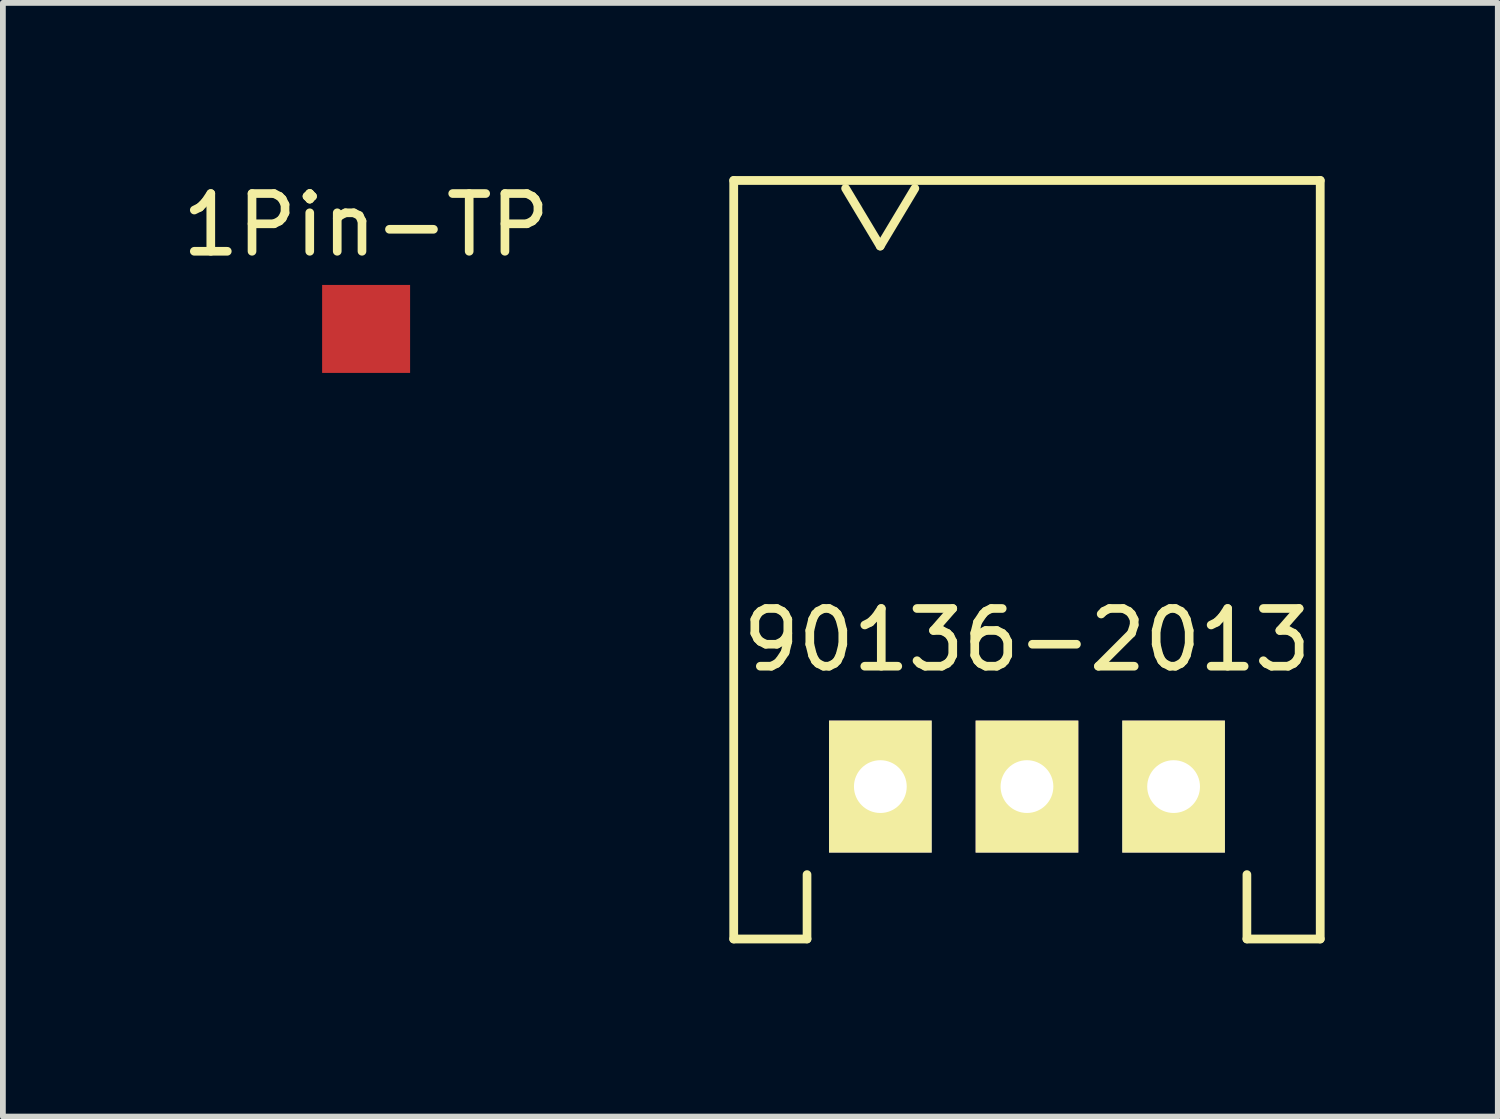
<source format=kicad_pcb>
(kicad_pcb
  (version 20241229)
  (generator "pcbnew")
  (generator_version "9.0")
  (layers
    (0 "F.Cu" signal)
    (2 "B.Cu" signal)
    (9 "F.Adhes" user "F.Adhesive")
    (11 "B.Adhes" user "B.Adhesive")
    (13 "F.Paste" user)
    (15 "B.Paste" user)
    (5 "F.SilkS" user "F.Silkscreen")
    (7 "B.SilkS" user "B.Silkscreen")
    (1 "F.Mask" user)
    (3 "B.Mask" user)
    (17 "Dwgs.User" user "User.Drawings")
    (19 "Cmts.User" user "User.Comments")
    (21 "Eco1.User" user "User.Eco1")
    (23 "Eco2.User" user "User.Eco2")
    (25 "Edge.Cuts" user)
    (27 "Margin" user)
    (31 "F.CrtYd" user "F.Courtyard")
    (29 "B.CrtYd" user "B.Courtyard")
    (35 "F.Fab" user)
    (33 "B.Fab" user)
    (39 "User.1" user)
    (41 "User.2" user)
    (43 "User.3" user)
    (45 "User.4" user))
  (footprint "1Pin-TP"
    (layer "F.Cu")
    (at 3.292 2.648)
    (property "Reference" "1Pin-TP" (at 0 -1.8 0) (layer "F.SilkS") (effects (font (size 1 1) (thickness 0.15))))
    (attr through_hole)
    (pad "1" smd rect (at 0 0) (size 1.524 1.524) (layers "F.Cu" "F.Mask" "F.Paste")))
  (footprint "90136-2013"
    (layer "F.Cu")
    (at 14.74 10.576)
    (property "Reference" "90136-2013" (at 0 -2.54 0) (layer "F.SilkS") (effects (font (size 1 1) (thickness 0.15))))
    (attr through_hole)
    (fp_line (start -5.08 -10.5) (end 5.08 -10.5) (stroke (width 0.152) (type solid)) (layer "F.SilkS"))
    (fp_line (start -5.08 2.64) (end -5.08 -10.5) (stroke (width 0.152) (type solid)) (layer "F.SilkS"))
    (fp_line (start -5.08 2.64) (end -3.81 2.64) (stroke (width 0.152) (type solid)) (layer "F.SilkS"))
    (fp_line (start -3.81 2.64) (end -3.81 1.524) (stroke (width 0.15) (type solid)) (layer "F.SilkS"))
    (fp_line (start -2.542 -9.363) (end -3.142 -10.363) (stroke (width 0.15) (type solid)) (layer "F.SilkS"))
    (fp_line (start -2.542 -9.363) (end -1.942 -10.363) (stroke (width 0.15) (type solid)) (layer "F.SilkS"))
    (fp_line (start 3.81 2.64) (end 3.81 1.524) (stroke (width 0.15) (type solid)) (layer "F.SilkS"))
    (fp_line (start 3.81 2.64) (end 5.08 2.64) (stroke (width 0.152) (type solid)) (layer "F.SilkS"))
    (fp_line (start 5.08 2.64) (end 5.08 -10.5) (stroke (width 0.152) (type solid)) (layer "F.SilkS"))
    (pad "1" thru_hole rect (at -2.54 0) (size 1.778 2.286) (drill 0.914) (layers "*.Cu" "*.Mask" "F.SilkS"))
    (pad "2" thru_hole rect (at 0 0) (size 1.778 2.286) (drill 0.914) (layers "*.Cu" "*.Mask" "F.SilkS"))
    (pad "3" thru_hole rect (at 2.54 0) (size 1.778 2.286) (drill 0.914) (layers "*.Cu" "*.Mask" "F.SilkS")))
  (gr_rect
    (start -3 -3)
    (end 22.896 16.292)
    (stroke (width 0.1) (type default))
    (fill no)
    (layer "Edge.Cuts")))
</source>
